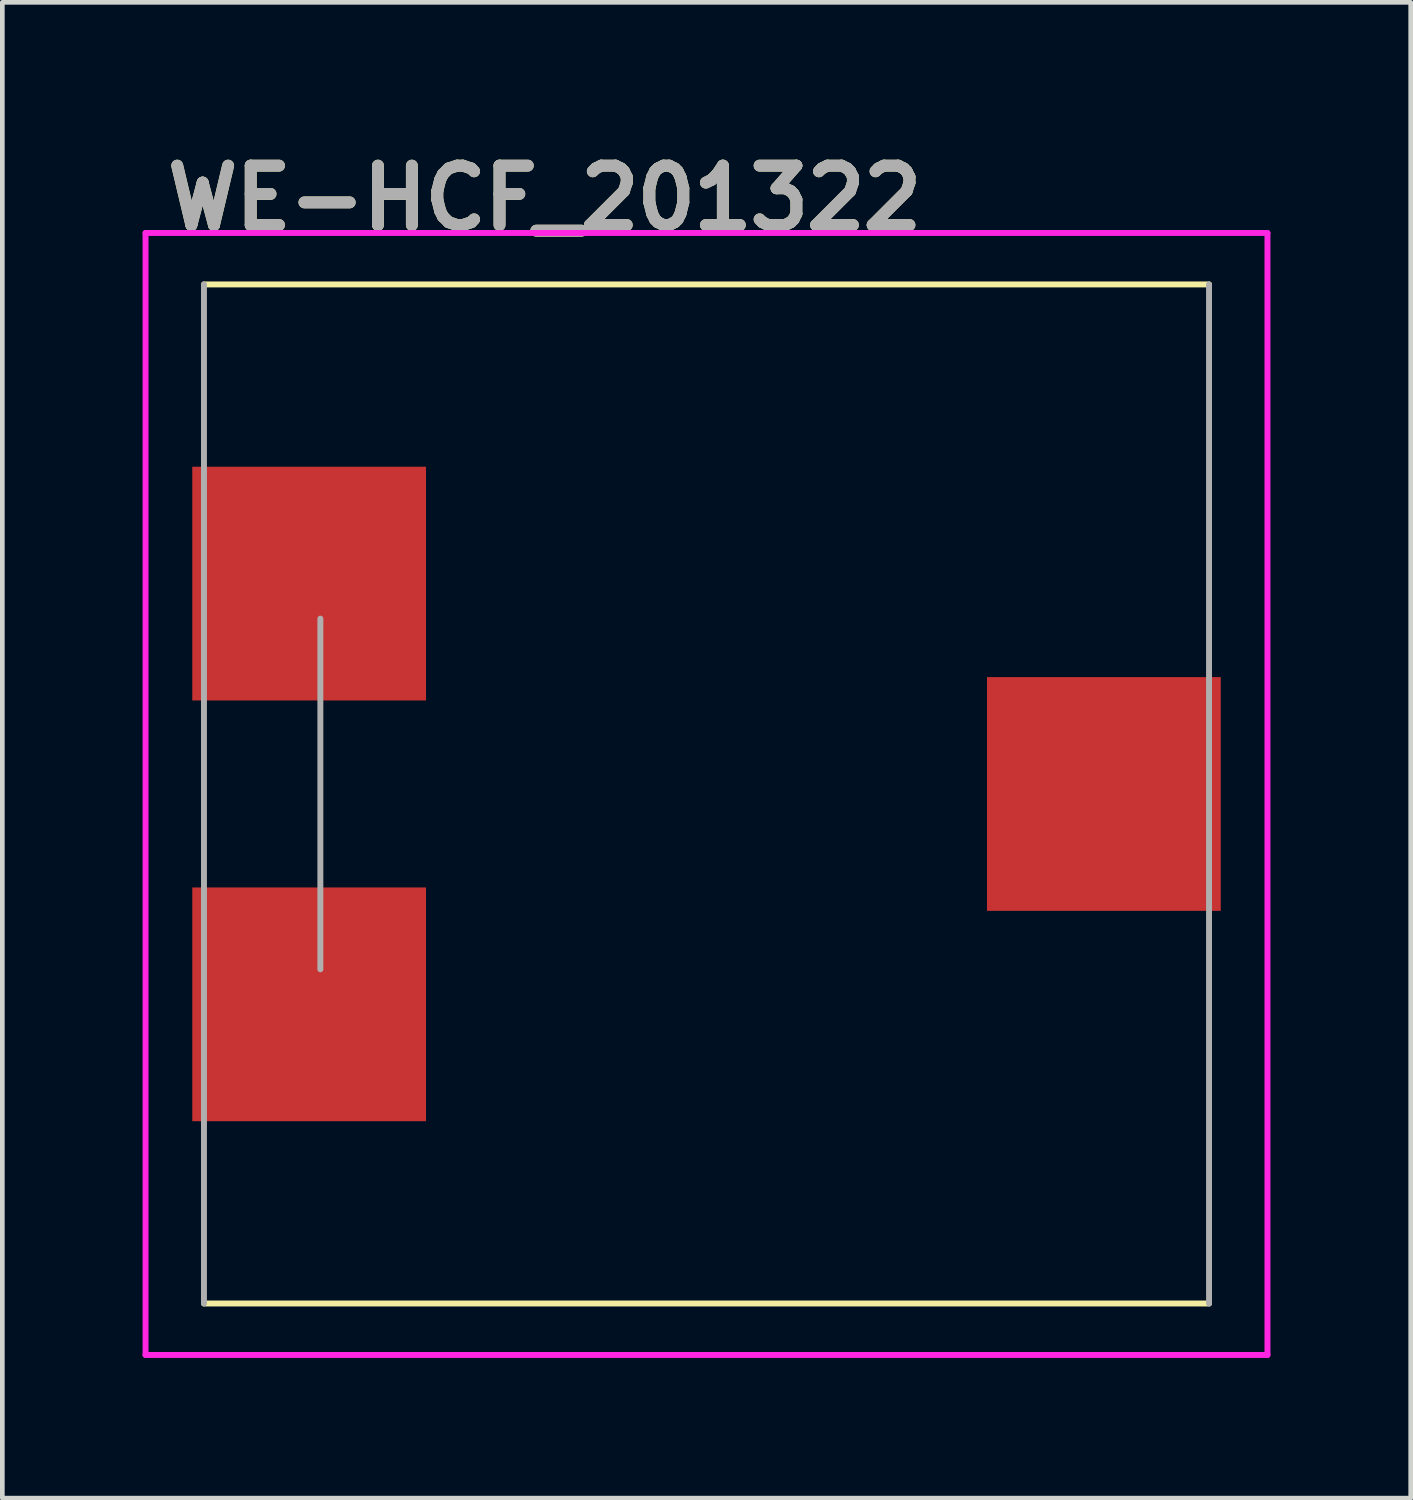
<source format=kicad_pcb>
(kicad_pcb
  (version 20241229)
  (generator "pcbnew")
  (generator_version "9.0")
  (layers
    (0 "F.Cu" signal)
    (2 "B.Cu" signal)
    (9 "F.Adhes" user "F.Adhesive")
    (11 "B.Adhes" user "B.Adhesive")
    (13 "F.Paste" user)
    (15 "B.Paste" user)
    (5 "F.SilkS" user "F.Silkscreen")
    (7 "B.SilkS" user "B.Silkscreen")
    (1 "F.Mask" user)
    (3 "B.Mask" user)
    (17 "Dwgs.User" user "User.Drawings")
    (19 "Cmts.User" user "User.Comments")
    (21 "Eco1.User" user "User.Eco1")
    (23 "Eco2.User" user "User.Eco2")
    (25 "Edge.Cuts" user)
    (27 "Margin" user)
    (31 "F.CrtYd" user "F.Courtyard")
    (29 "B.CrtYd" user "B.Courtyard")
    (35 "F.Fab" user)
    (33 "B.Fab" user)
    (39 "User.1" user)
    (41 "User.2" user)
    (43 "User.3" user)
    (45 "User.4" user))
  (footprint "WE-HCF_201322"
    (layer "F.Cu")
    (at 12.063 13.934)
    (property "Reference" "WE-HCF_201322" (at -3.46 -12.745 0) (layer "F.SilkS") (effects (font (size 1.27 1.27) (thickness 0.254))))
    (attr smd)
    (fp_line (start -10.75 10.9) (end 10.75 10.9) (stroke (width 0.127) (type solid)) (layer "F.SilkS"))
    (fp_line (start 10.75 -10.9) (end -10.75 -10.9) (stroke (width 0.127) (type solid)) (layer "F.SilkS"))
    (fp_line (start -12 -12) (end -12 12) (stroke (width 0.127) (type solid)) (layer "F.CrtYd"))
    (fp_line (start -12 12) (end 12 12) (stroke (width 0.127) (type solid)) (layer "F.CrtYd"))
    (fp_line (start 12 -12) (end -12 -12) (stroke (width 0.127) (type solid)) (layer "F.CrtYd"))
    (fp_line (start 12 12) (end 12 -12) (stroke (width 0.127) (type solid)) (layer "F.CrtYd"))
    (fp_line (start -10.75 -10.9) (end -10.75 10.9) (stroke (width 0.127) (type solid)) (layer "F.Fab"))
    (fp_line (start -8.26 -3.75) (end -8.26 3.75) (stroke (width 0.127) (type solid)) (layer "F.Fab"))
    (fp_line (start 10.75 10.9) (end 10.75 -10.9) (stroke (width 0.127) (type solid)) (layer "F.Fab"))
    (fp_text user "${REFERENCE}" (at -3.46 -12.745 0) (layer "F.Fab") (effects (font (size 1.27 1.27) (thickness 0.254))))
    (pad "1" smd rect (at -8.5 -4.5 90) (size 5 5) (layers "F.Cu" "F.Mask" "F.Paste"))
    (pad "2" smd rect (at -8.5 4.5 90) (size 5 5) (layers "F.Cu" "F.Mask" "F.Paste"))
    (pad "3" smd rect (at 8.5 0 90) (size 5 5) (layers "F.Cu" "F.Mask" "F.Paste")))
  (gr_rect
    (start -3 -3)
    (end 27.127 28.997)
    (stroke (width 0.1) (type default))
    (fill no)
    (layer "Edge.Cuts")))
</source>
